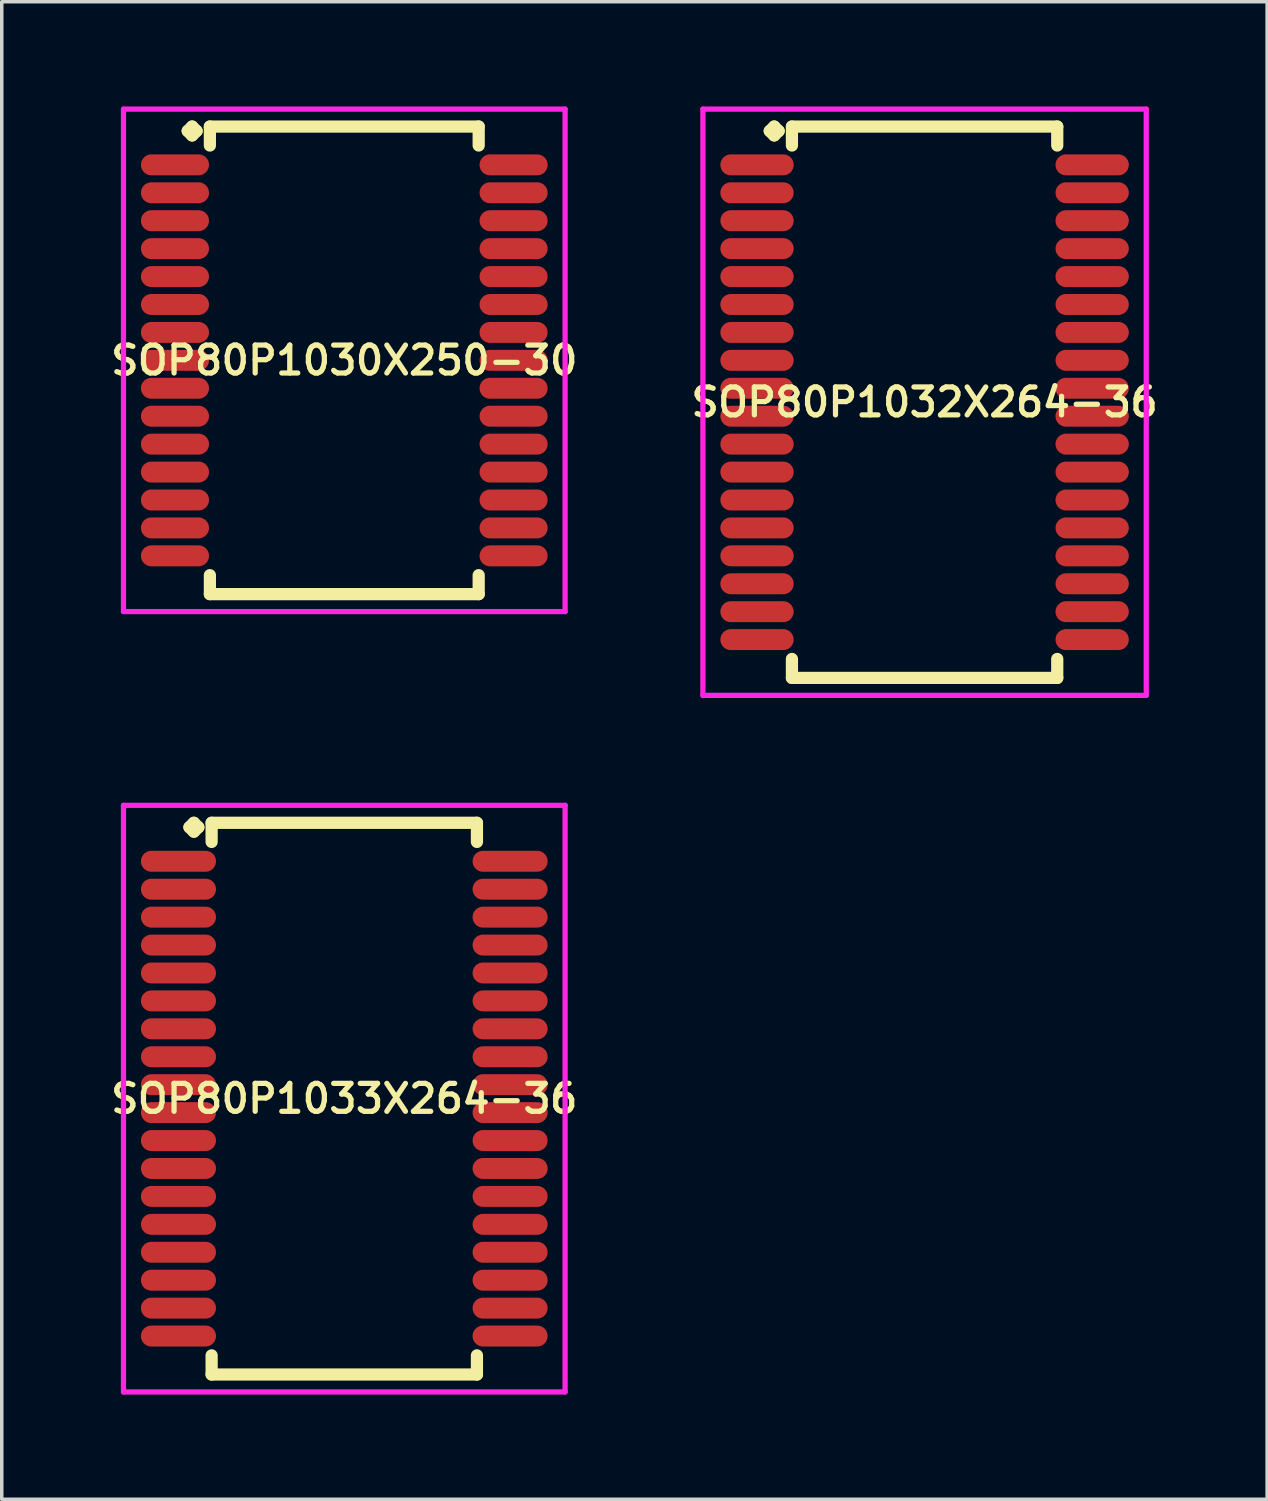
<source format=kicad_pcb>
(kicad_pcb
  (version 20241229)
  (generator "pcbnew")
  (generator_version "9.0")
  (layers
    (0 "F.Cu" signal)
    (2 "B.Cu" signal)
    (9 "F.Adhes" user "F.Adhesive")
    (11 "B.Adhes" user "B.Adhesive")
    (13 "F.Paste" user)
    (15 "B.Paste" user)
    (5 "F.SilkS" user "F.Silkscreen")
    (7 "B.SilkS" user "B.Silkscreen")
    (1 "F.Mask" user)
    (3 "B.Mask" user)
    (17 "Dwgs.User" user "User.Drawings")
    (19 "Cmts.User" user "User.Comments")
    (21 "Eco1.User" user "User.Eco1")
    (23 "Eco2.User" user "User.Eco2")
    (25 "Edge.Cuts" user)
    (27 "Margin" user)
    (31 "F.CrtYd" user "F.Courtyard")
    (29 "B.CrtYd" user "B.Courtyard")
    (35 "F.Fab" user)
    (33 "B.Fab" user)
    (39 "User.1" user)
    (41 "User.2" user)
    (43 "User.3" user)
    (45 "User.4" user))
  (footprint "SOP80P1030X250-30"
    (layer "F.Cu")
    (at 6.812 7.272)
    (property "Reference" "SOP80P1030X250-30" (at 0 0 0) (layer "F.SilkS") (effects (font (size 0.8 0.8) (thickness 0.15))))
    (attr smd)
    (fp_line (start -4.485 -6.57) (end -4.358 -6.697) (stroke (width 0.35) (type solid)) (layer "F.SilkS"))
    (fp_line (start -4.358 -6.697) (end -4.231 -6.57) (stroke (width 0.35) (type solid)) (layer "F.SilkS"))
    (fp_line (start -4.358 -6.443) (end -4.485 -6.57) (stroke (width 0.35) (type solid)) (layer "F.SilkS"))
    (fp_line (start -4.231 -6.57) (end -4.358 -6.443) (stroke (width 0.35) (type solid)) (layer "F.SilkS"))
    (fp_line (start -3.85 -6.697) (end 3.85 -6.697) (stroke (width 0.35) (type solid)) (layer "F.SilkS"))
    (fp_line (start -3.85 -6.154) (end -3.85 -6.697) (stroke (width 0.35) (type solid)) (layer "F.SilkS"))
    (fp_line (start -3.85 6.154) (end -3.85 6.697) (stroke (width 0.35) (type solid)) (layer "F.SilkS"))
    (fp_line (start -3.85 6.697) (end 3.85 6.697) (stroke (width 0.35) (type solid)) (layer "F.SilkS"))
    (fp_line (start 3.85 -6.697) (end 3.85 -6.154) (stroke (width 0.35) (type solid)) (layer "F.SilkS"))
    (fp_line (start 3.85 6.697) (end 3.85 6.154) (stroke (width 0.35) (type solid)) (layer "F.SilkS"))
    (fp_line (start -6.325 -7.197) (end 6.325 -7.197) (stroke (width 0.15) (type solid)) (layer "F.CrtYd"))
    (fp_line (start -6.325 7.197) (end -6.325 -7.197) (stroke (width 0.15) (type solid)) (layer "F.CrtYd"))
    (fp_line (start 6.325 -7.197) (end 6.325 7.197) (stroke (width 0.15) (type solid)) (layer "F.CrtYd"))
    (fp_line (start 6.325 7.197) (end -6.325 7.197) (stroke (width 0.15) (type solid)) (layer "F.CrtYd"))
    (pad "1" smd oval (at -4.85 -5.6) (size 1.95 0.6) (layers "F.Cu" "F.Mask" "F.Paste"))
    (pad "2" smd oval (at -4.85 -4.8) (size 1.95 0.6) (layers "F.Cu" "F.Mask" "F.Paste"))
    (pad "3" smd oval (at -4.85 -4) (size 1.95 0.6) (layers "F.Cu" "F.Mask" "F.Paste"))
    (pad "4" smd oval (at -4.85 -3.2) (size 1.95 0.6) (layers "F.Cu" "F.Mask" "F.Paste"))
    (pad "5" smd oval (at -4.85 -2.4) (size 1.95 0.6) (layers "F.Cu" "F.Mask" "F.Paste"))
    (pad "6" smd oval (at -4.85 -1.6) (size 1.95 0.6) (layers "F.Cu" "F.Mask" "F.Paste"))
    (pad "7" smd oval (at -4.85 -0.8) (size 1.95 0.6) (layers "F.Cu" "F.Mask" "F.Paste"))
    (pad "8" smd oval (at -4.85 0) (size 1.95 0.6) (layers "F.Cu" "F.Mask" "F.Paste"))
    (pad "9" smd oval (at -4.85 0.8) (size 1.95 0.6) (layers "F.Cu" "F.Mask" "F.Paste"))
    (pad "10" smd oval (at -4.85 1.6) (size 1.95 0.6) (layers "F.Cu" "F.Mask" "F.Paste"))
    (pad "11" smd oval (at -4.85 2.4) (size 1.95 0.6) (layers "F.Cu" "F.Mask" "F.Paste"))
    (pad "12" smd oval (at -4.85 3.2) (size 1.95 0.6) (layers "F.Cu" "F.Mask" "F.Paste"))
    (pad "13" smd oval (at -4.85 4) (size 1.95 0.6) (layers "F.Cu" "F.Mask" "F.Paste"))
    (pad "14" smd oval (at -4.85 4.8) (size 1.95 0.6) (layers "F.Cu" "F.Mask" "F.Paste"))
    (pad "15" smd oval (at -4.85 5.6) (size 1.95 0.6) (layers "F.Cu" "F.Mask" "F.Paste"))
    (pad "16" smd oval (at 4.85 5.6) (size 1.95 0.6) (layers "F.Cu" "F.Mask" "F.Paste"))
    (pad "17" smd oval (at 4.85 4.8) (size 1.95 0.6) (layers "F.Cu" "F.Mask" "F.Paste"))
    (pad "18" smd oval (at 4.85 4) (size 1.95 0.6) (layers "F.Cu" "F.Mask" "F.Paste"))
    (pad "19" smd oval (at 4.85 3.2) (size 1.95 0.6) (layers "F.Cu" "F.Mask" "F.Paste"))
    (pad "20" smd oval (at 4.85 2.4) (size 1.95 0.6) (layers "F.Cu" "F.Mask" "F.Paste"))
    (pad "21" smd oval (at 4.85 1.6) (size 1.95 0.6) (layers "F.Cu" "F.Mask" "F.Paste"))
    (pad "22" smd oval (at 4.85 0.8) (size 1.95 0.6) (layers "F.Cu" "F.Mask" "F.Paste"))
    (pad "23" smd oval (at 4.85 0) (size 1.95 0.6) (layers "F.Cu" "F.Mask" "F.Paste"))
    (pad "24" smd oval (at 4.85 -0.8) (size 1.95 0.6) (layers "F.Cu" "F.Mask" "F.Paste"))
    (pad "25" smd oval (at 4.85 -1.6) (size 1.95 0.6) (layers "F.Cu" "F.Mask" "F.Paste"))
    (pad "26" smd oval (at 4.85 -2.4) (size 1.95 0.6) (layers "F.Cu" "F.Mask" "F.Paste"))
    (pad "27" smd oval (at 4.85 -3.2) (size 1.95 0.6) (layers "F.Cu" "F.Mask" "F.Paste"))
    (pad "28" smd oval (at 4.85 -4) (size 1.95 0.6) (layers "F.Cu" "F.Mask" "F.Paste"))
    (pad "29" smd oval (at 4.85 -4.8) (size 1.95 0.6) (layers "F.Cu" "F.Mask" "F.Paste"))
    (pad "30" smd oval (at 4.85 -5.6) (size 1.95 0.6) (layers "F.Cu" "F.Mask" "F.Paste")))
  (footprint "SOP80P1033X264-36"
    (layer "F.Cu")
    (at 6.812 28.421)
    (property "Reference" "SOP80P1033X264-36" (at 0 0 0) (layer "F.SilkS") (effects (font (size 0.8 0.8) (thickness 0.15))))
    (attr smd)
    (fp_line (start -4.435 -7.775) (end -4.308 -7.902) (stroke (width 0.35) (type solid)) (layer "F.SilkS"))
    (fp_line (start -4.308 -7.902) (end -4.181 -7.775) (stroke (width 0.35) (type solid)) (layer "F.SilkS"))
    (fp_line (start -4.308 -7.648) (end -4.435 -7.775) (stroke (width 0.35) (type solid)) (layer "F.SilkS"))
    (fp_line (start -4.181 -7.775) (end -4.308 -7.648) (stroke (width 0.35) (type solid)) (layer "F.SilkS"))
    (fp_line (start -3.8 -7.902) (end 3.8 -7.902) (stroke (width 0.35) (type solid)) (layer "F.SilkS"))
    (fp_line (start -3.8 -7.354) (end -3.8 -7.902) (stroke (width 0.35) (type solid)) (layer "F.SilkS"))
    (fp_line (start -3.8 7.354) (end -3.8 7.902) (stroke (width 0.35) (type solid)) (layer "F.SilkS"))
    (fp_line (start -3.8 7.902) (end 3.8 7.902) (stroke (width 0.35) (type solid)) (layer "F.SilkS"))
    (fp_line (start 3.8 -7.902) (end 3.8 -7.354) (stroke (width 0.35) (type solid)) (layer "F.SilkS"))
    (fp_line (start 3.8 7.902) (end 3.8 7.354) (stroke (width 0.35) (type solid)) (layer "F.SilkS"))
    (fp_line (start -6.325 -8.402) (end 6.325 -8.402) (stroke (width 0.15) (type solid)) (layer "F.CrtYd"))
    (fp_line (start -6.325 8.402) (end -6.325 -8.402) (stroke (width 0.15) (type solid)) (layer "F.CrtYd"))
    (fp_line (start 6.325 -8.402) (end 6.325 8.402) (stroke (width 0.15) (type solid)) (layer "F.CrtYd"))
    (fp_line (start 6.325 8.402) (end -6.325 8.402) (stroke (width 0.15) (type solid)) (layer "F.CrtYd"))
    (pad "1" smd oval (at -4.75 -6.8) (size 2.15 0.6) (layers "F.Cu" "F.Mask" "F.Paste"))
    (pad "2" smd oval (at -4.75 -6) (size 2.15 0.6) (layers "F.Cu" "F.Mask" "F.Paste"))
    (pad "3" smd oval (at -4.75 -5.2) (size 2.15 0.6) (layers "F.Cu" "F.Mask" "F.Paste"))
    (pad "4" smd oval (at -4.75 -4.4) (size 2.15 0.6) (layers "F.Cu" "F.Mask" "F.Paste"))
    (pad "5" smd oval (at -4.75 -3.6) (size 2.15 0.6) (layers "F.Cu" "F.Mask" "F.Paste"))
    (pad "6" smd oval (at -4.75 -2.8) (size 2.15 0.6) (layers "F.Cu" "F.Mask" "F.Paste"))
    (pad "7" smd oval (at -4.75 -2) (size 2.15 0.6) (layers "F.Cu" "F.Mask" "F.Paste"))
    (pad "8" smd oval (at -4.75 -1.2) (size 2.15 0.6) (layers "F.Cu" "F.Mask" "F.Paste"))
    (pad "9" smd oval (at -4.75 -0.4) (size 2.15 0.6) (layers "F.Cu" "F.Mask" "F.Paste"))
    (pad "10" smd oval (at -4.75 0.4) (size 2.15 0.6) (layers "F.Cu" "F.Mask" "F.Paste"))
    (pad "11" smd oval (at -4.75 1.2) (size 2.15 0.6) (layers "F.Cu" "F.Mask" "F.Paste"))
    (pad "12" smd oval (at -4.75 2) (size 2.15 0.6) (layers "F.Cu" "F.Mask" "F.Paste"))
    (pad "13" smd oval (at -4.75 2.8) (size 2.15 0.6) (layers "F.Cu" "F.Mask" "F.Paste"))
    (pad "14" smd oval (at -4.75 3.6) (size 2.15 0.6) (layers "F.Cu" "F.Mask" "F.Paste"))
    (pad "15" smd oval (at -4.75 4.4) (size 2.15 0.6) (layers "F.Cu" "F.Mask" "F.Paste"))
    (pad "16" smd oval (at -4.75 5.2) (size 2.15 0.6) (layers "F.Cu" "F.Mask" "F.Paste"))
    (pad "17" smd oval (at -4.75 6) (size 2.15 0.6) (layers "F.Cu" "F.Mask" "F.Paste"))
    (pad "18" smd oval (at -4.75 6.8) (size 2.15 0.6) (layers "F.Cu" "F.Mask" "F.Paste"))
    (pad "19" smd oval (at 4.75 6.8) (size 2.15 0.6) (layers "F.Cu" "F.Mask" "F.Paste"))
    (pad "20" smd oval (at 4.75 6) (size 2.15 0.6) (layers "F.Cu" "F.Mask" "F.Paste"))
    (pad "21" smd oval (at 4.75 5.2) (size 2.15 0.6) (layers "F.Cu" "F.Mask" "F.Paste"))
    (pad "22" smd oval (at 4.75 4.4) (size 2.15 0.6) (layers "F.Cu" "F.Mask" "F.Paste"))
    (pad "23" smd oval (at 4.75 3.6) (size 2.15 0.6) (layers "F.Cu" "F.Mask" "F.Paste"))
    (pad "24" smd oval (at 4.75 2.8) (size 2.15 0.6) (layers "F.Cu" "F.Mask" "F.Paste"))
    (pad "25" smd oval (at 4.75 2) (size 2.15 0.6) (layers "F.Cu" "F.Mask" "F.Paste"))
    (pad "26" smd oval (at 4.75 1.2) (size 2.15 0.6) (layers "F.Cu" "F.Mask" "F.Paste"))
    (pad "27" smd oval (at 4.75 0.4) (size 2.15 0.6) (layers "F.Cu" "F.Mask" "F.Paste"))
    (pad "28" smd oval (at 4.75 -0.4) (size 2.15 0.6) (layers "F.Cu" "F.Mask" "F.Paste"))
    (pad "29" smd oval (at 4.75 -1.2) (size 2.15 0.6) (layers "F.Cu" "F.Mask" "F.Paste"))
    (pad "30" smd oval (at 4.75 -2) (size 2.15 0.6) (layers "F.Cu" "F.Mask" "F.Paste"))
    (pad "31" smd oval (at 4.75 -2.8) (size 2.15 0.6) (layers "F.Cu" "F.Mask" "F.Paste"))
    (pad "32" smd oval (at 4.75 -3.6) (size 2.15 0.6) (layers "F.Cu" "F.Mask" "F.Paste"))
    (pad "33" smd oval (at 4.75 -4.4) (size 2.15 0.6) (layers "F.Cu" "F.Mask" "F.Paste"))
    (pad "34" smd oval (at 4.75 -5.2) (size 2.15 0.6) (layers "F.Cu" "F.Mask" "F.Paste"))
    (pad "35" smd oval (at 4.75 -6) (size 2.15 0.6) (layers "F.Cu" "F.Mask" "F.Paste"))
    (pad "36" smd oval (at 4.75 -6.8) (size 2.15 0.6) (layers "F.Cu" "F.Mask" "F.Paste")))
  (footprint "SOP80P1032X264-36"
    (layer "F.Cu")
    (at 23.435 8.472)
    (property "Reference" "SOP80P1032X264-36" (at 0 0 0) (layer "F.SilkS") (effects (font (size 0.8 0.8) (thickness 0.15))))
    (attr smd)
    (fp_line (start -4.435 -7.77) (end -4.308 -7.897) (stroke (width 0.35) (type solid)) (layer "F.SilkS"))
    (fp_line (start -4.308 -7.897) (end -4.181 -7.77) (stroke (width 0.35) (type solid)) (layer "F.SilkS"))
    (fp_line (start -4.308 -7.643) (end -4.435 -7.77) (stroke (width 0.35) (type solid)) (layer "F.SilkS"))
    (fp_line (start -4.181 -7.77) (end -4.308 -7.643) (stroke (width 0.35) (type solid)) (layer "F.SilkS"))
    (fp_line (start -3.8 -7.897) (end 3.8 -7.897) (stroke (width 0.35) (type solid)) (layer "F.SilkS"))
    (fp_line (start -3.8 -7.354) (end -3.8 -7.897) (stroke (width 0.35) (type solid)) (layer "F.SilkS"))
    (fp_line (start -3.8 7.354) (end -3.8 7.897) (stroke (width 0.35) (type solid)) (layer "F.SilkS"))
    (fp_line (start -3.8 7.897) (end 3.8 7.897) (stroke (width 0.35) (type solid)) (layer "F.SilkS"))
    (fp_line (start 3.8 -7.897) (end 3.8 -7.354) (stroke (width 0.35) (type solid)) (layer "F.SilkS"))
    (fp_line (start 3.8 7.897) (end 3.8 7.354) (stroke (width 0.35) (type solid)) (layer "F.SilkS"))
    (fp_line (start -6.35 -8.397) (end 6.35 -8.397) (stroke (width 0.15) (type solid)) (layer "F.CrtYd"))
    (fp_line (start -6.35 8.397) (end -6.35 -8.397) (stroke (width 0.15) (type solid)) (layer "F.CrtYd"))
    (fp_line (start 6.35 -8.397) (end 6.35 8.397) (stroke (width 0.15) (type solid)) (layer "F.CrtYd"))
    (fp_line (start 6.35 8.397) (end -6.35 8.397) (stroke (width 0.15) (type solid)) (layer "F.CrtYd"))
    (pad "1" smd oval (at -4.8 -6.8) (size 2.1 0.6) (layers "F.Cu" "F.Mask" "F.Paste"))
    (pad "2" smd oval (at -4.8 -6) (size 2.1 0.6) (layers "F.Cu" "F.Mask" "F.Paste"))
    (pad "3" smd oval (at -4.8 -5.2) (size 2.1 0.6) (layers "F.Cu" "F.Mask" "F.Paste"))
    (pad "4" smd oval (at -4.8 -4.4) (size 2.1 0.6) (layers "F.Cu" "F.Mask" "F.Paste"))
    (pad "5" smd oval (at -4.8 -3.6) (size 2.1 0.6) (layers "F.Cu" "F.Mask" "F.Paste"))
    (pad "6" smd oval (at -4.8 -2.8) (size 2.1 0.6) (layers "F.Cu" "F.Mask" "F.Paste"))
    (pad "7" smd oval (at -4.8 -2) (size 2.1 0.6) (layers "F.Cu" "F.Mask" "F.Paste"))
    (pad "8" smd oval (at -4.8 -1.2) (size 2.1 0.6) (layers "F.Cu" "F.Mask" "F.Paste"))
    (pad "9" smd oval (at -4.8 -0.4) (size 2.1 0.6) (layers "F.Cu" "F.Mask" "F.Paste"))
    (pad "10" smd oval (at -4.8 0.4) (size 2.1 0.6) (layers "F.Cu" "F.Mask" "F.Paste"))
    (pad "11" smd oval (at -4.8 1.2) (size 2.1 0.6) (layers "F.Cu" "F.Mask" "F.Paste"))
    (pad "12" smd oval (at -4.8 2) (size 2.1 0.6) (layers "F.Cu" "F.Mask" "F.Paste"))
    (pad "13" smd oval (at -4.8 2.8) (size 2.1 0.6) (layers "F.Cu" "F.Mask" "F.Paste"))
    (pad "14" smd oval (at -4.8 3.6) (size 2.1 0.6) (layers "F.Cu" "F.Mask" "F.Paste"))
    (pad "15" smd oval (at -4.8 4.4) (size 2.1 0.6) (layers "F.Cu" "F.Mask" "F.Paste"))
    (pad "16" smd oval (at -4.8 5.2) (size 2.1 0.6) (layers "F.Cu" "F.Mask" "F.Paste"))
    (pad "17" smd oval (at -4.8 6) (size 2.1 0.6) (layers "F.Cu" "F.Mask" "F.Paste"))
    (pad "18" smd oval (at -4.8 6.8) (size 2.1 0.6) (layers "F.Cu" "F.Mask" "F.Paste"))
    (pad "19" smd oval (at 4.8 6.8) (size 2.1 0.6) (layers "F.Cu" "F.Mask" "F.Paste"))
    (pad "20" smd oval (at 4.8 6) (size 2.1 0.6) (layers "F.Cu" "F.Mask" "F.Paste"))
    (pad "21" smd oval (at 4.8 5.2) (size 2.1 0.6) (layers "F.Cu" "F.Mask" "F.Paste"))
    (pad "22" smd oval (at 4.8 4.4) (size 2.1 0.6) (layers "F.Cu" "F.Mask" "F.Paste"))
    (pad "23" smd oval (at 4.8 3.6) (size 2.1 0.6) (layers "F.Cu" "F.Mask" "F.Paste"))
    (pad "24" smd oval (at 4.8 2.8) (size 2.1 0.6) (layers "F.Cu" "F.Mask" "F.Paste"))
    (pad "25" smd oval (at 4.8 2) (size 2.1 0.6) (layers "F.Cu" "F.Mask" "F.Paste"))
    (pad "26" smd oval (at 4.8 1.2) (size 2.1 0.6) (layers "F.Cu" "F.Mask" "F.Paste"))
    (pad "27" smd oval (at 4.8 0.4) (size 2.1 0.6) (layers "F.Cu" "F.Mask" "F.Paste"))
    (pad "28" smd oval (at 4.8 -0.4) (size 2.1 0.6) (layers "F.Cu" "F.Mask" "F.Paste"))
    (pad "29" smd oval (at 4.8 -1.2) (size 2.1 0.6) (layers "F.Cu" "F.Mask" "F.Paste"))
    (pad "30" smd oval (at 4.8 -2) (size 2.1 0.6) (layers "F.Cu" "F.Mask" "F.Paste"))
    (pad "31" smd oval (at 4.8 -2.8) (size 2.1 0.6) (layers "F.Cu" "F.Mask" "F.Paste"))
    (pad "32" smd oval (at 4.8 -3.6) (size 2.1 0.6) (layers "F.Cu" "F.Mask" "F.Paste"))
    (pad "33" smd oval (at 4.8 -4.4) (size 2.1 0.6) (layers "F.Cu" "F.Mask" "F.Paste"))
    (pad "34" smd oval (at 4.8 -5.2) (size 2.1 0.6) (layers "F.Cu" "F.Mask" "F.Paste"))
    (pad "35" smd oval (at 4.8 -6) (size 2.1 0.6) (layers "F.Cu" "F.Mask" "F.Paste"))
    (pad "36" smd oval (at 4.8 -6.8) (size 2.1 0.6) (layers "F.Cu" "F.Mask" "F.Paste")))
  (gr_rect
    (start -3 -3)
    (end 33.247 39.898)
    (stroke (width 0.1) (type default))
    (fill no)
    (layer "Edge.Cuts")))
</source>
